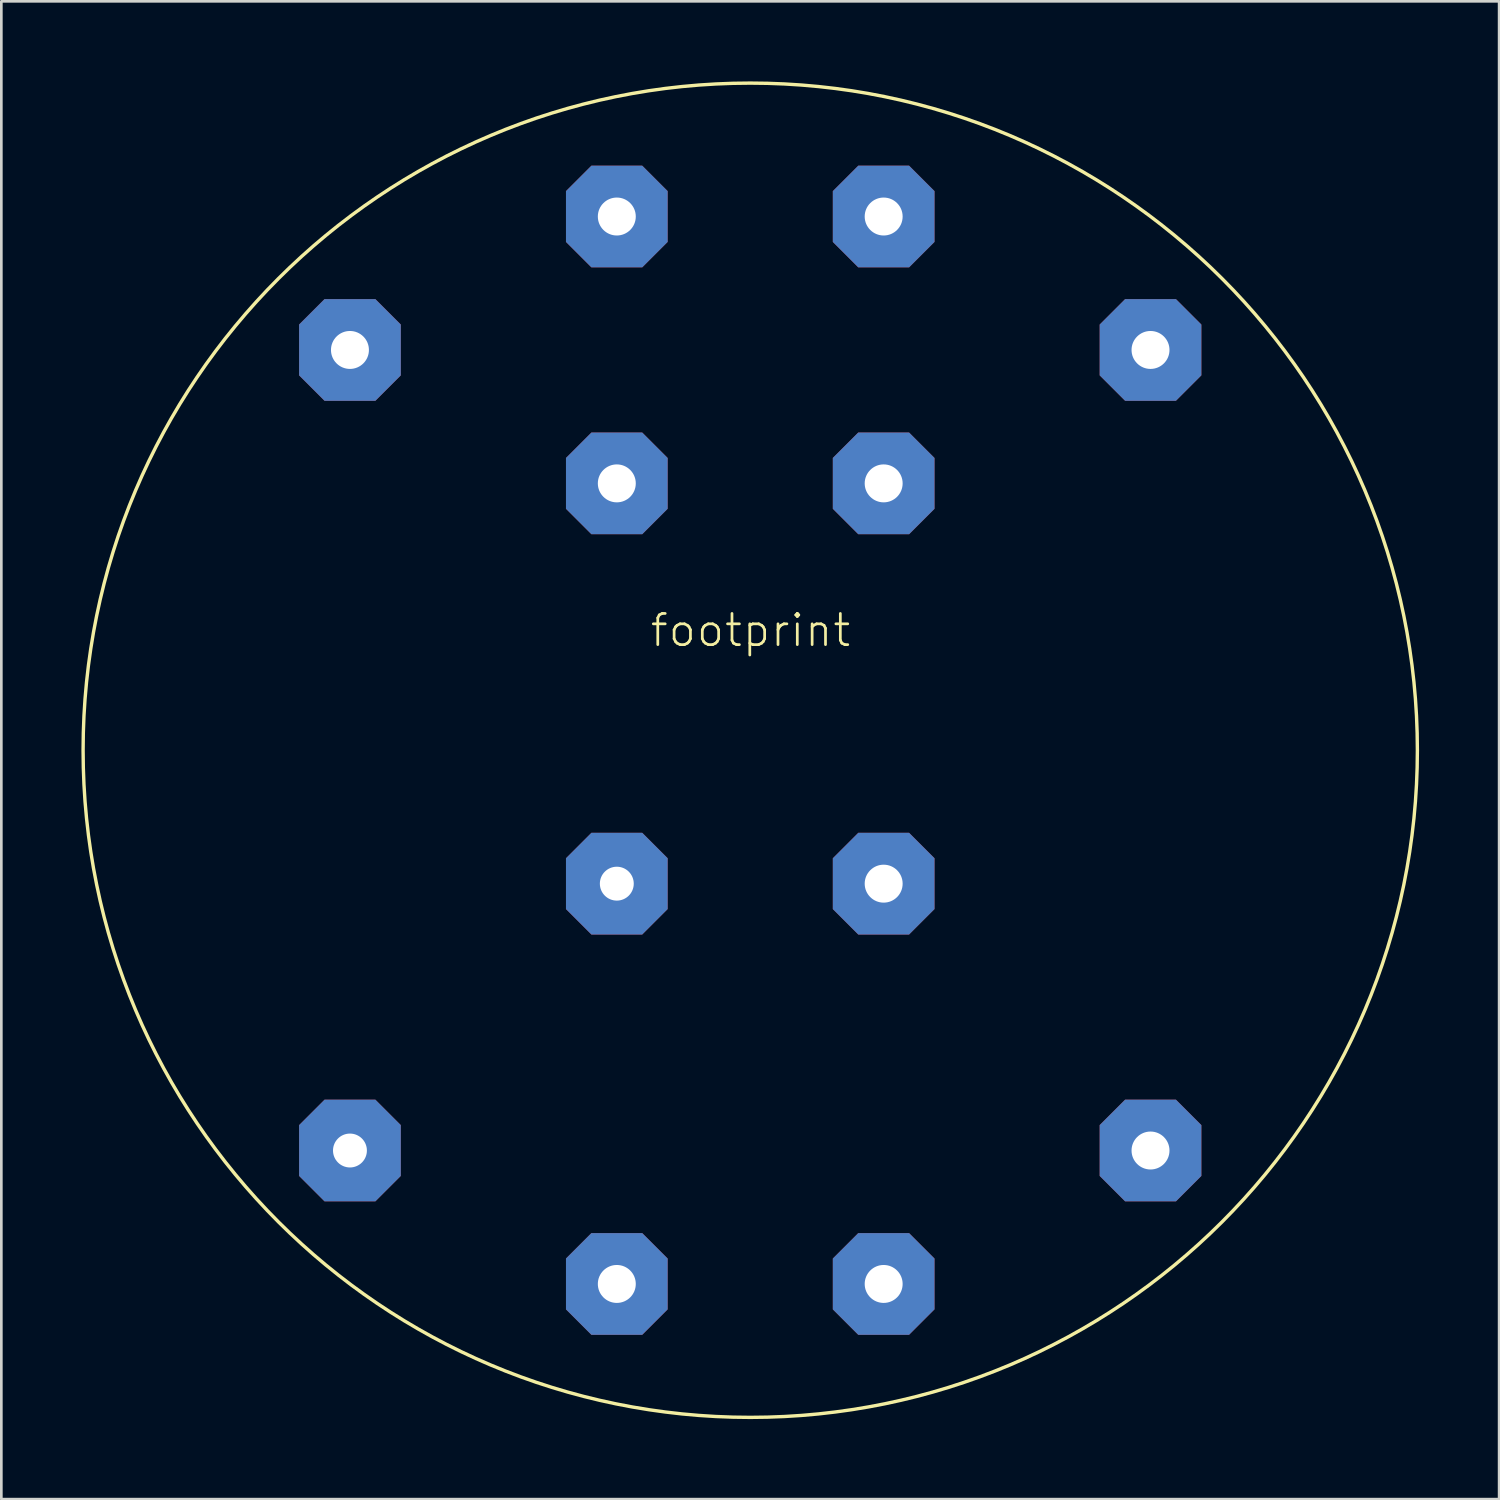
<source format=kicad_pcb>
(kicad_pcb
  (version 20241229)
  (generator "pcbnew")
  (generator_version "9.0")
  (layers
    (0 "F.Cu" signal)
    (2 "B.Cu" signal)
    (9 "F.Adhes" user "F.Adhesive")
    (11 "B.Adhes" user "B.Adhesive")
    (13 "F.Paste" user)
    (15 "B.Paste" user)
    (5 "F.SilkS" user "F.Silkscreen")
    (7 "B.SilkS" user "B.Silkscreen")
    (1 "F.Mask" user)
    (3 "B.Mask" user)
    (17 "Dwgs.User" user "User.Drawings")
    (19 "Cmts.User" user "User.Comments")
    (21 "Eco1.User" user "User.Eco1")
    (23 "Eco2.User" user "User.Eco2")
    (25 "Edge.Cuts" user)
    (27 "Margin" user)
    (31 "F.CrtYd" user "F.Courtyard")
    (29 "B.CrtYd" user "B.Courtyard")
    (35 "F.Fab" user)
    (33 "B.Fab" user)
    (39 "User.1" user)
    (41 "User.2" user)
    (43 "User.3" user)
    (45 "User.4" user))
  (footprint "footprint"
    (layer "F.Cu")
    (at 25.064 25.064)
    (property "Reference" "footprint" (at -3.81 -3.81 0) (layer "F.SilkS") (effects (font (size 1.168 1.168) (thickness 0.102)) (justify left bottom)))
    (fp_circle (center 0 0) (end 25 0) (stroke (width 0.127) (type solid)) (fill no) (layer "F.SilkS"))
    (pad "1" thru_hole roundrect (at 15 -15) (size 3.81 3.81) (drill 1.422) (layers "*.Cu" "*.Mask") (roundrect_rratio 0.25) (chamfer_ratio 0.25) (chamfer top_left top_right bottom_left bottom_right))
    (pad "2" thru_hole roundrect (at -15 -15) (size 3.81 3.81) (drill 1.422) (layers "*.Cu" "*.Mask") (roundrect_rratio 0.25) (chamfer_ratio 0.25) (chamfer top_left top_right bottom_left bottom_right))
    (pad "3" thru_hole roundrect (at 15 15) (size 3.81 3.81) (drill 1.422) (layers "*.Cu" "*.Mask") (roundrect_rratio 0.25) (chamfer_ratio 0.25) (chamfer top_left top_right bottom_left bottom_right))
    (pad "4" thru_hole roundrect (at -15 15) (size 3.81 3.81) (drill 1.27) (layers "*.Cu" "*.Mask") (roundrect_rratio 0.25) (chamfer_ratio 0.25) (chamfer top_left top_right bottom_left bottom_right))
    (pad "5" thru_hole roundrect (at 5 -20) (size 3.81 3.81) (drill 1.422) (layers "*.Cu" "*.Mask") (roundrect_rratio 0.25) (chamfer_ratio 0.25) (chamfer top_left top_right bottom_left bottom_right))
    (pad "6" thru_hole roundrect (at -5 -20) (size 3.81 3.81) (drill 1.422) (layers "*.Cu" "*.Mask") (roundrect_rratio 0.25) (chamfer_ratio 0.25) (chamfer top_left top_right bottom_left bottom_right))
    (pad "7" thru_hole roundrect (at 5 20) (size 3.81 3.81) (drill 1.422) (layers "*.Cu" "*.Mask") (roundrect_rratio 0.25) (chamfer_ratio 0.25) (chamfer top_left top_right bottom_left bottom_right))
    (pad "8" thru_hole roundrect (at -5 20) (size 3.81 3.81) (drill 1.422) (layers "*.Cu" "*.Mask") (roundrect_rratio 0.25) (chamfer_ratio 0.25) (chamfer top_left top_right bottom_left bottom_right))
    (pad "9" thru_hole roundrect (at 5 -10) (size 3.81 3.81) (drill 1.422) (layers "*.Cu" "*.Mask") (roundrect_rratio 0.25) (chamfer_ratio 0.25) (chamfer top_left top_right bottom_left bottom_right))
    (pad "10" thru_hole roundrect (at -5 -10) (size 3.81 3.81) (drill 1.422) (layers "*.Cu" "*.Mask") (roundrect_rratio 0.25) (chamfer_ratio 0.25) (chamfer top_left top_right bottom_left bottom_right))
    (pad "11" thru_hole roundrect (at 5 5) (size 3.81 3.81) (drill 1.422) (layers "*.Cu" "*.Mask") (roundrect_rratio 0.25) (chamfer_ratio 0.25) (chamfer top_left top_right bottom_left bottom_right))
    (pad "12" thru_hole roundrect (at -5 5) (size 3.81 3.81) (drill 1.27) (layers "*.Cu" "*.Mask") (roundrect_rratio 0.25) (chamfer_ratio 0.25) (chamfer top_left top_right bottom_left bottom_right)))
  (gr_rect
    (start -3 -3)
    (end 53.127 53.127)
    (stroke (width 0.1) (type default))
    (fill no)
    (layer "Edge.Cuts")))
</source>
